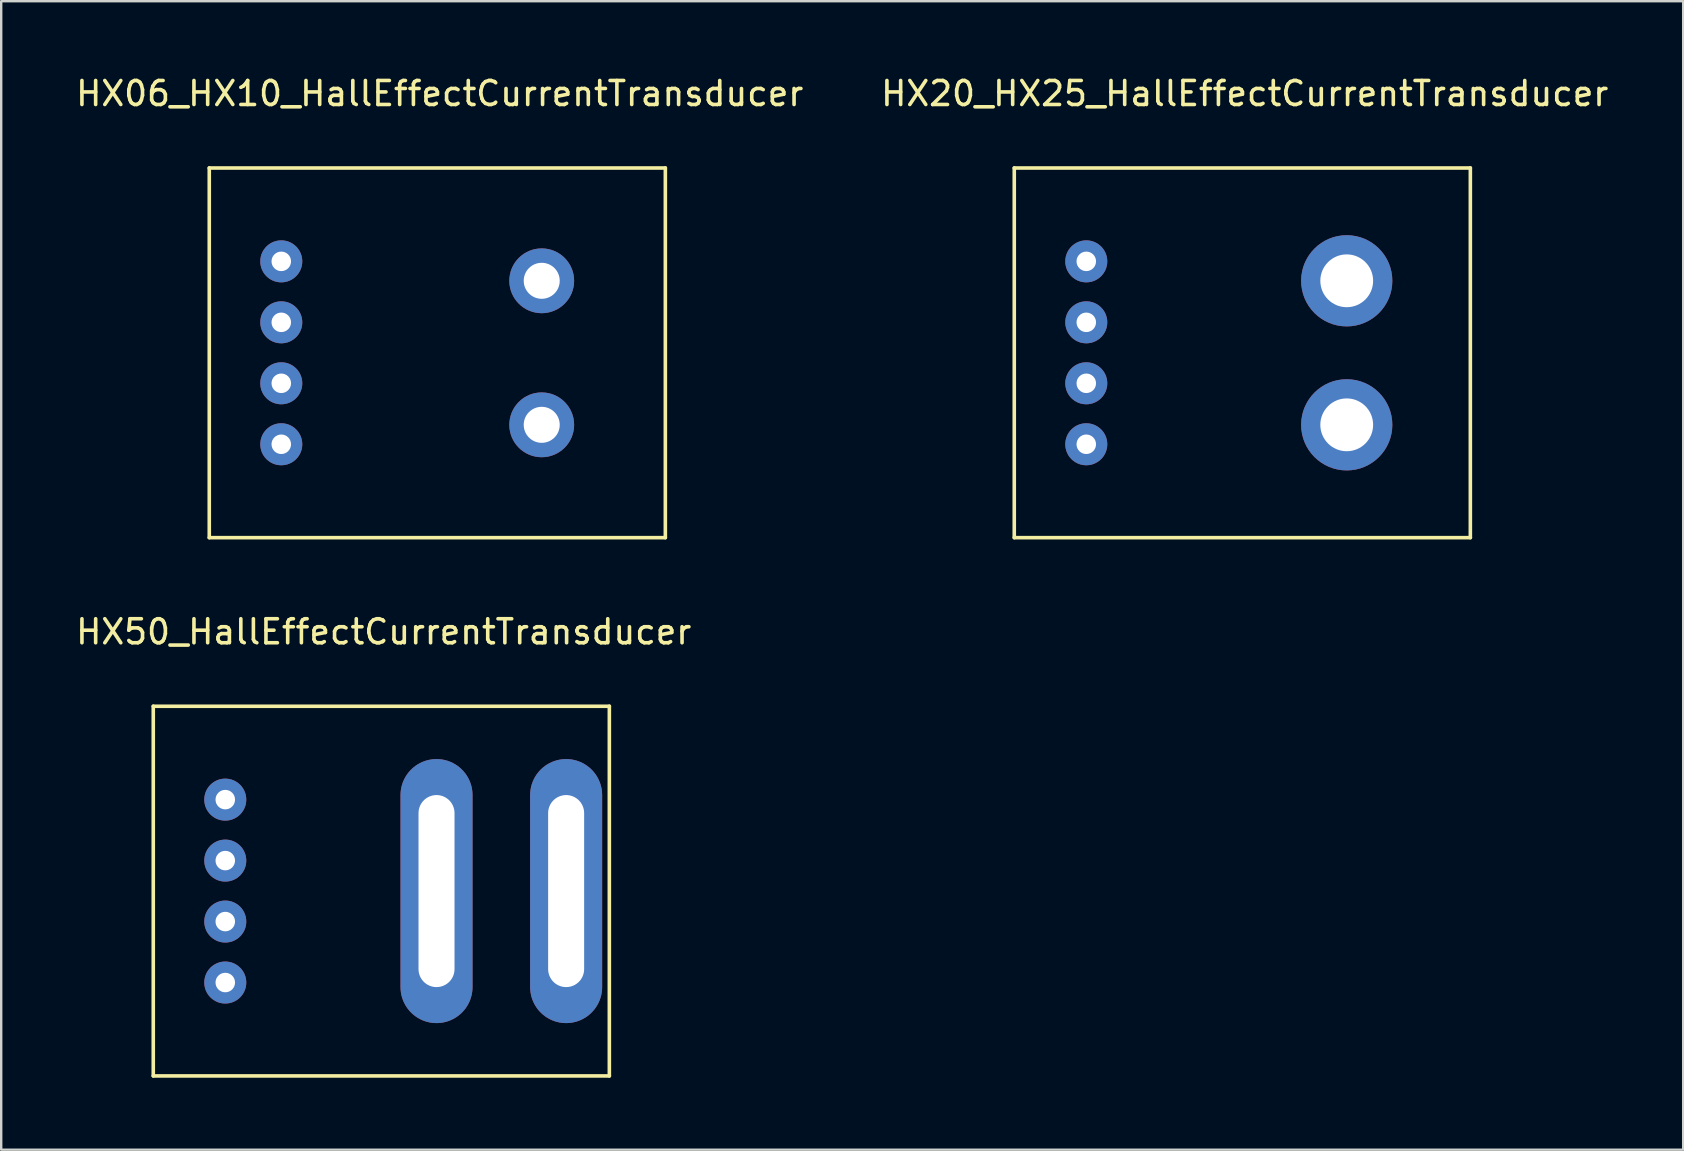
<source format=kicad_pcb>
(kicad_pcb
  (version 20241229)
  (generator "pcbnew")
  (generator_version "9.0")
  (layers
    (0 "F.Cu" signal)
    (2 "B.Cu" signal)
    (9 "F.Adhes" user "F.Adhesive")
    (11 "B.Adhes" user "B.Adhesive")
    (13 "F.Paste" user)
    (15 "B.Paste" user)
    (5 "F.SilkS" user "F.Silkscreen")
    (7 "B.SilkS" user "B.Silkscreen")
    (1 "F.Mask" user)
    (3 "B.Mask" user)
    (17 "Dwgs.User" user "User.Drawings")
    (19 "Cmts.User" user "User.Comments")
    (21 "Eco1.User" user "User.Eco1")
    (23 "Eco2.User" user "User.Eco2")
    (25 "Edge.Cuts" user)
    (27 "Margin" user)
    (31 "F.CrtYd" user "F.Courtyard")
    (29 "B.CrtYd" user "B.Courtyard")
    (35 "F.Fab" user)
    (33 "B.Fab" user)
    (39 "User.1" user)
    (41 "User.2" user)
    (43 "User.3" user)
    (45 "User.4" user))
  (footprint "HX06_HX10_HallEffectCurrentTransducer"
    (layer "F.Cu")
    (at 15.168 11.648)
    (property "Reference" "HX06_HX10_HallEffectCurrentTransducer" (at 0.1 -10.8 0) (layer "F.SilkS") (effects (font (size 1 1) (thickness 0.15))))
    (attr through_hole)
    (fp_line (start -9.5 -7.7) (end -9.5 7.7) (stroke (width 0.15) (type solid)) (layer "F.SilkS"))
    (fp_line (start -9.5 7.7) (end 9.5 7.7) (stroke (width 0.15) (type solid)) (layer "F.SilkS"))
    (fp_line (start 9.5 -7.7) (end -9.5 -7.7) (stroke (width 0.15) (type solid)) (layer "F.SilkS"))
    (fp_line (start 9.5 7.7) (end 9.5 -7.7) (stroke (width 0.15) (type solid)) (layer "F.SilkS"))
    (pad "1" thru_hole circle (at -6.5 -3.81) (size 1.75 1.75) (drill 0.813) (layers "*.Cu" "*.Mask"))
    (pad "2" thru_hole circle (at -6.5 -1.27) (size 1.75 1.75) (drill 0.813) (layers "*.Cu" "*.Mask"))
    (pad "3" thru_hole circle (at -6.5 1.27) (size 1.75 1.75) (drill 0.813) (layers "*.Cu" "*.Mask"))
    (pad "4" thru_hole circle (at -6.5 3.81) (size 1.75 1.75) (drill 0.813) (layers "*.Cu" "*.Mask"))
    (pad "5" thru_hole circle (at 4.35 -3) (size 2.7 2.7) (drill 1.5) (layers "*.Cu" "*.Mask"))
    (pad "6" thru_hole circle (at 4.35 3) (size 2.7 2.7) (drill 1.5) (layers "*.Cu" "*.Mask")))
  (footprint "HX50_HallEffectCurrentTransducer"
    (layer "F.Cu")
    (at 12.835 34.072)
    (property "Reference" "HX50_HallEffectCurrentTransducer" (at 0.1 -10.8 0) (layer "F.SilkS") (effects (font (size 1 1) (thickness 0.15))))
    (attr through_hole)
    (fp_line (start -9.5 -7.7) (end -9.5 7.7) (stroke (width 0.15) (type solid)) (layer "F.SilkS"))
    (fp_line (start -9.5 7.7) (end 9.5 7.7) (stroke (width 0.15) (type solid)) (layer "F.SilkS"))
    (fp_line (start 9.5 -7.7) (end -9.5 -7.7) (stroke (width 0.15) (type solid)) (layer "F.SilkS"))
    (fp_line (start 9.5 7.7) (end 9.5 -7.7) (stroke (width 0.15) (type solid)) (layer "F.SilkS"))
    (pad "1" thru_hole circle (at -6.5 -3.81) (size 1.75 1.75) (drill 0.813) (layers "*.Cu" "*.Mask"))
    (pad "2" thru_hole circle (at -6.5 -1.27) (size 1.75 1.75) (drill 0.813) (layers "*.Cu" "*.Mask"))
    (pad "3" thru_hole circle (at -6.5 1.27) (size 1.75 1.75) (drill 0.813) (layers "*.Cu" "*.Mask"))
    (pad "4" thru_hole circle (at -6.5 3.81) (size 1.75 1.75) (drill 0.813) (layers "*.Cu" "*.Mask"))
    (pad "5" thru_hole oval (at 7.7 0) (size 3 11) (drill oval 1.5 8) (layers "*.Cu" "*.Mask"))
    (pad "6" thru_hole oval (at 2.3 0) (size 3 11) (drill oval 1.5 8) (layers "*.Cu" "*.Mask")))
  (footprint "HX20_HX25_HallEffectCurrentTransducer"
    (layer "F.Cu")
    (at 48.704 11.648)
    (property "Reference" "HX20_HX25_HallEffectCurrentTransducer" (at 0.1 -10.8 0) (layer "F.SilkS") (effects (font (size 1 1) (thickness 0.15))))
    (attr through_hole)
    (fp_line (start -9.5 -7.7) (end -9.5 7.7) (stroke (width 0.15) (type solid)) (layer "F.SilkS"))
    (fp_line (start -9.5 7.7) (end 9.5 7.7) (stroke (width 0.15) (type solid)) (layer "F.SilkS"))
    (fp_line (start 9.5 -7.7) (end -9.5 -7.7) (stroke (width 0.15) (type solid)) (layer "F.SilkS"))
    (fp_line (start 9.5 7.7) (end 9.5 -7.7) (stroke (width 0.15) (type solid)) (layer "F.SilkS"))
    (pad "1" thru_hole circle (at -6.5 -3.81) (size 1.75 1.75) (drill 0.813) (layers "*.Cu" "*.Mask"))
    (pad "2" thru_hole circle (at -6.5 -1.27) (size 1.75 1.75) (drill 0.813) (layers "*.Cu" "*.Mask"))
    (pad "3" thru_hole circle (at -6.5 1.27) (size 1.75 1.75) (drill 0.813) (layers "*.Cu" "*.Mask"))
    (pad "4" thru_hole circle (at -6.5 3.81) (size 1.75 1.75) (drill 0.813) (layers "*.Cu" "*.Mask"))
    (pad "5" thru_hole circle (at 4.35 -3) (size 3.8 3.8) (drill 2.2) (layers "*.Cu" "*.Mask"))
    (pad "6" thru_hole circle (at 4.35 3) (size 3.8 3.8) (drill 2.2) (layers "*.Cu" "*.Mask")))
  (gr_rect
    (start -3 -3)
    (end 67.071 44.846)
    (stroke (width 0.1) (type default))
    (fill no)
    (layer "Edge.Cuts")))
</source>
